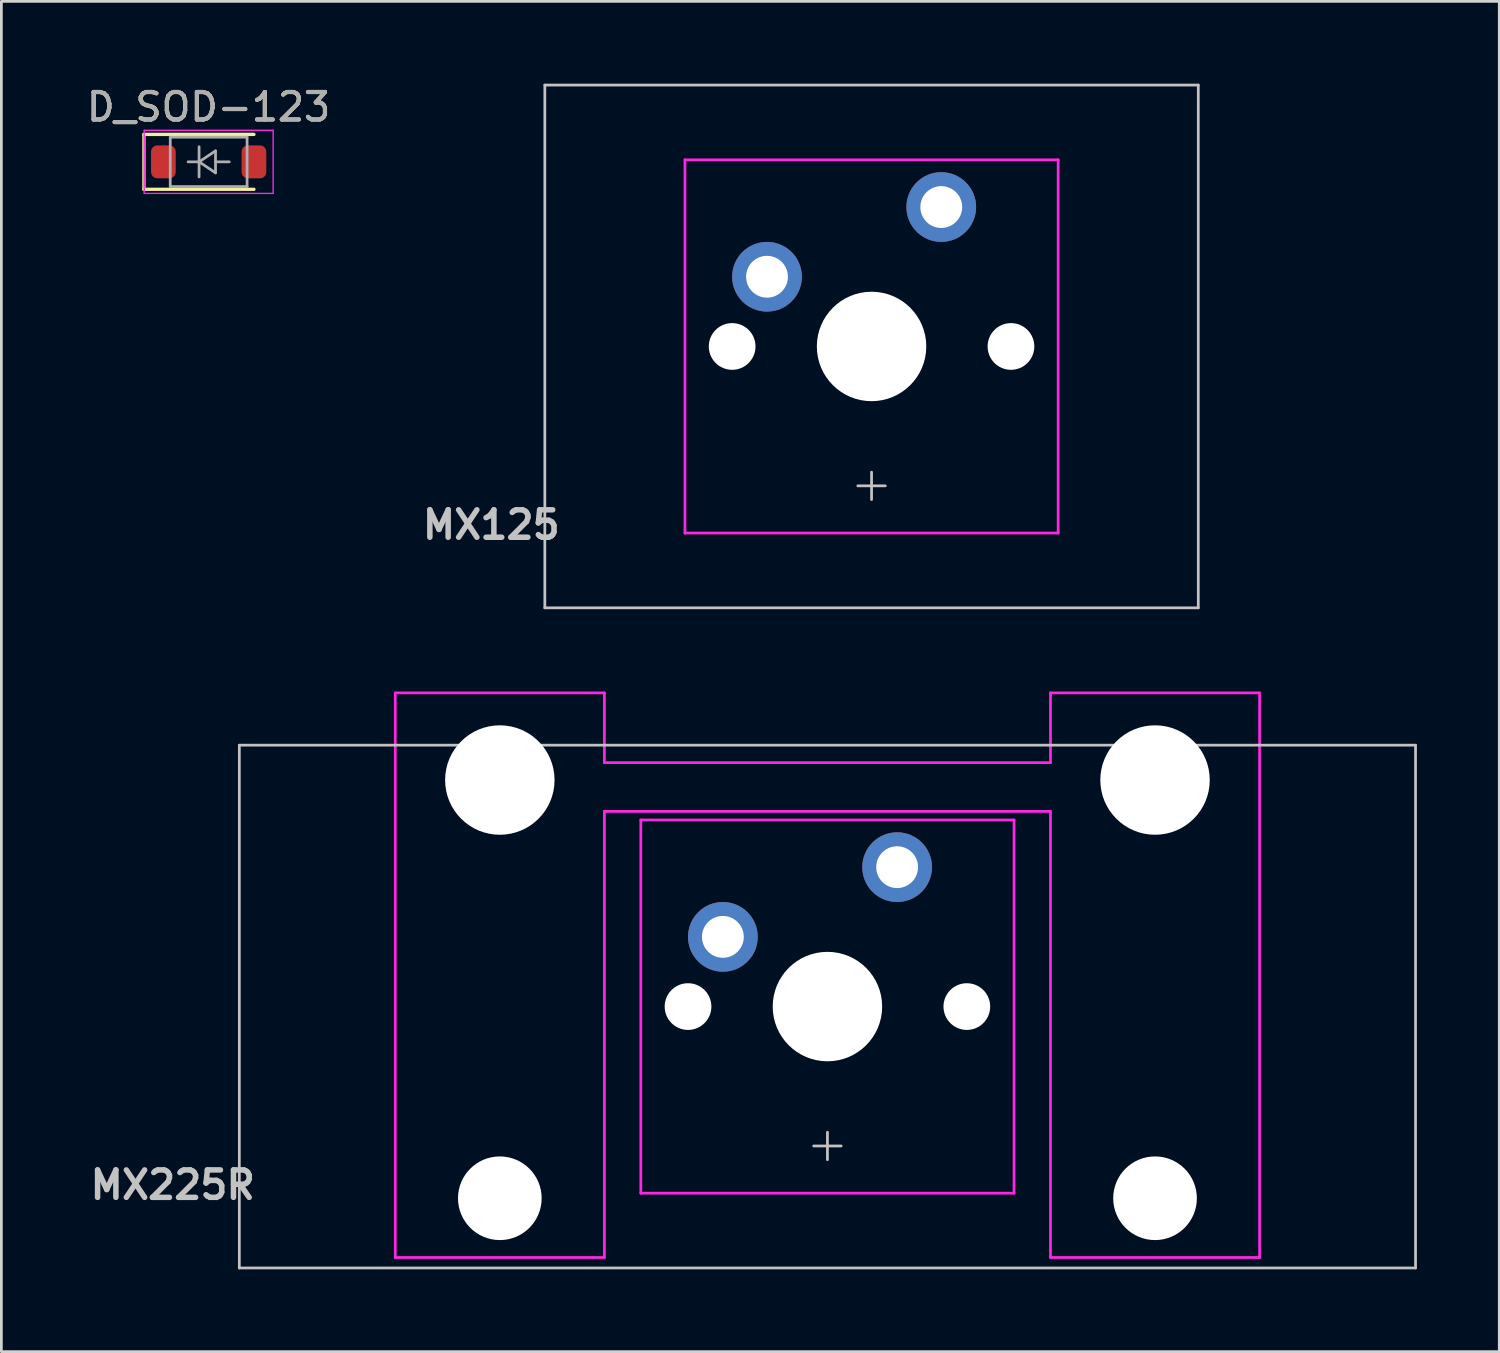
<source format=kicad_pcb>
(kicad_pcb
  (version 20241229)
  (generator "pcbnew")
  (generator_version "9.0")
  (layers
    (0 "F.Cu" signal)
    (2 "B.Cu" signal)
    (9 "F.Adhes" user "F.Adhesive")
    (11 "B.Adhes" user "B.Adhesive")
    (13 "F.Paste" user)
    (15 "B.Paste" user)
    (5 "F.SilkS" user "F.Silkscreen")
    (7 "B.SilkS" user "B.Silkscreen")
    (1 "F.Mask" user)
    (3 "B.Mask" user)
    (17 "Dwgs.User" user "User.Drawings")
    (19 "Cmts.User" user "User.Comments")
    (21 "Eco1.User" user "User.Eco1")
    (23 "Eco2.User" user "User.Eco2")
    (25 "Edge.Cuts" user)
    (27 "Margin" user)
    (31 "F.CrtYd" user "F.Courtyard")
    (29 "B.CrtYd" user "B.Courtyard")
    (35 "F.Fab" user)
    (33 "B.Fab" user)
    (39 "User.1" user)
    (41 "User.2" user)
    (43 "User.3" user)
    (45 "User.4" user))
  (footprint "MX225R"
    (layer "F.Cu")
    (at 27.102 33.63)
    (property "Reference" "MX225R" (at -20.75 6.5 0) (layer "Dwgs.User") (effects (font (size 1 1) (thickness 0.2)) (justify right)))
    (attr through_hole)
    (fp_line (start -21.431 -9.525) (end -21.431 9.525) (stroke (width 0.1) (type solid)) (layer "Dwgs.User"))
    (fp_line (start 0 5.58) (end 0 4.58) (stroke (width 0.1) (type solid)) (layer "Dwgs.User"))
    (fp_line (start 0.5 5.08) (end -0.5 5.08) (stroke (width 0.1) (type solid)) (layer "Dwgs.User"))
    (fp_line (start 21.431 -9.525) (end -21.431 -9.525) (stroke (width 0.1) (type solid)) (layer "Dwgs.User"))
    (fp_line (start 21.431 -9.525) (end 21.431 9.525) (stroke (width 0.1) (type solid)) (layer "Dwgs.User"))
    (fp_line (start 21.431 9.525) (end -21.431 9.525) (stroke (width 0.1) (type solid)) (layer "Dwgs.User"))
    (fp_line (start -15.438 5.485) (end -15.438 -8.515) (stroke (width 0.1) (type solid)) (layer "Eco1.User"))
    (fp_line (start -14.938 5.985) (end -8.938 5.985) (stroke (width 0.1) (type solid)) (layer "Eco1.User"))
    (fp_line (start -8.938 -9.015) (end -14.938 -9.015) (stroke (width 0.1) (type solid)) (layer "Eco1.User"))
    (fp_line (start -8.438 -8.515) (end -8.438 5.485) (stroke (width 0.1) (type solid)) (layer "Eco1.User"))
    (fp_line (start -7 6.5) (end -7 -6.5) (stroke (width 0.1) (type solid)) (layer "Eco1.User"))
    (fp_line (start -6.5 -7) (end 6.5 -7) (stroke (width 0.1) (type solid)) (layer "Eco1.User"))
    (fp_line (start 6.5 7) (end -6.5 7) (stroke (width 0.1) (type solid)) (layer "Eco1.User"))
    (fp_line (start 7 -6.5) (end 7 6.5) (stroke (width 0.1) (type solid)) (layer "Eco1.User"))
    (fp_line (start 8.438 5.485) (end 8.438 -8.515) (stroke (width 0.1) (type solid)) (layer "Eco1.User"))
    (fp_line (start 8.938 5.985) (end 14.938 5.985) (stroke (width 0.1) (type solid)) (layer "Eco1.User"))
    (fp_line (start 14.938 -9.015) (end 8.938 -9.015) (stroke (width 0.1) (type solid)) (layer "Eco1.User"))
    (fp_line (start 15.438 -8.515) (end 15.438 5.485) (stroke (width 0.1) (type solid)) (layer "Eco1.User"))
    (fp_arc (start -15.438 -8.515) (mid -15.291553 -8.868553) (end -14.938 -9.015) (stroke (width 0.1) (type solid)) (layer "Eco1.User"))
    (fp_arc (start -14.938 5.985) (mid -15.291553 5.838553) (end -15.438 5.485) (stroke (width 0.1) (type solid)) (layer "Eco1.User"))
    (fp_arc (start -8.938 -9.015) (mid -8.584447 -8.868553) (end -8.438 -8.515) (stroke (width 0.1) (type solid)) (layer "Eco1.User"))
    (fp_arc (start -8.438 5.485) (mid -8.584447 5.838553) (end -8.938 5.985) (stroke (width 0.1) (type solid)) (layer "Eco1.User"))
    (fp_arc (start -7 -6.5) (mid -6.853553 -6.853553) (end -6.5 -7) (stroke (width 0.1) (type solid)) (layer "Eco1.User"))
    (fp_arc (start -6.5 7) (mid -6.853553 6.853553) (end -7 6.5) (stroke (width 0.1) (type solid)) (layer "Eco1.User"))
    (fp_arc (start 6.5 -7) (mid 6.853553 -6.853553) (end 7 -6.5) (stroke (width 0.1) (type solid)) (layer "Eco1.User"))
    (fp_arc (start 7 6.5) (mid 6.853553 6.853553) (end 6.5 7) (stroke (width 0.1) (type solid)) (layer "Eco1.User"))
    (fp_arc (start 8.438 -8.515) (mid 8.584447 -8.868553) (end 8.938 -9.015) (stroke (width 0.1) (type solid)) (layer "Eco1.User"))
    (fp_arc (start 8.938 5.985) (mid 8.584447 5.838553) (end 8.438 5.485) (stroke (width 0.1) (type solid)) (layer "Eco1.User"))
    (fp_arc (start 14.938 -9.015) (mid 15.291553 -8.868553) (end 15.438 -8.515) (stroke (width 0.1) (type solid)) (layer "Eco1.User"))
    (fp_arc (start 15.438 5.485) (mid 15.291553 5.838553) (end 14.938 5.985) (stroke (width 0.1) (type solid)) (layer "Eco1.User"))
    (fp_line (start -15.748 -11.43) (end -15.748 9.144) (stroke (width 0.1) (type solid)) (layer "F.CrtYd"))
    (fp_line (start -15.748 9.144) (end -8.128 9.144) (stroke (width 0.1) (type solid)) (layer "F.CrtYd"))
    (fp_line (start -8.128 -11.43) (end -15.748 -11.43) (stroke (width 0.1) (type solid)) (layer "F.CrtYd"))
    (fp_line (start -8.128 -11.43) (end -8.128 -8.89) (stroke (width 0.1) (type solid)) (layer "F.CrtYd"))
    (fp_line (start -8.128 -8.89) (end 8.128 -8.89) (stroke (width 0.1) (type solid)) (layer "F.CrtYd"))
    (fp_line (start -8.128 -7.112) (end 8.128 -7.112) (stroke (width 0.1) (type solid)) (layer "F.CrtYd"))
    (fp_line (start -8.128 9.144) (end -8.128 -7.112) (stroke (width 0.1) (type solid)) (layer "F.CrtYd"))
    (fp_line (start -6.8 -6.8) (end 6.8 -6.8) (stroke (width 0.1) (type solid)) (layer "F.CrtYd"))
    (fp_line (start -6.8 6.8) (end -6.8 -6.8) (stroke (width 0.1) (type solid)) (layer "F.CrtYd"))
    (fp_line (start -6.8 6.8) (end 6.8 6.8) (stroke (width 0.1) (type solid)) (layer "F.CrtYd"))
    (fp_line (start 6.8 6.8) (end 6.8 -6.8) (stroke (width 0.1) (type solid)) (layer "F.CrtYd"))
    (fp_line (start 8.128 -11.43) (end 8.128 -8.89) (stroke (width 0.1) (type solid)) (layer "F.CrtYd"))
    (fp_line (start 8.128 9.144) (end 8.128 -7.112) (stroke (width 0.1) (type solid)) (layer "F.CrtYd"))
    (fp_line (start 8.128 9.144) (end 15.748 9.144) (stroke (width 0.1) (type solid)) (layer "F.CrtYd"))
    (fp_line (start 15.748 -11.43) (end 8.128 -11.43) (stroke (width 0.1) (type solid)) (layer "F.CrtYd"))
    (fp_line (start 15.748 9.144) (end 15.748 -11.43) (stroke (width 0.1) (type solid)) (layer "F.CrtYd"))
    (pad "" np_thru_hole circle (at -11.938 -8.255 180) (size 3.988 3.988) (drill 3.988) (layers "*.Cu" "*.Mask"))
    (pad "" np_thru_hole circle (at -11.938 6.985 180) (size 3.048 3.048) (drill 3.048) (layers "*.Cu" "*.Mask"))
    (pad "" np_thru_hole circle (at -5.08 0) (size 1.702 1.702) (drill 1.702) (layers "*.Cu" "*.Mask"))
    (pad "" np_thru_hole circle (at 0 0) (size 3.988 3.988) (drill 3.988) (layers "*.Cu" "*.Mask"))
    (pad "" np_thru_hole circle (at 5.08 0) (size 1.702 1.702) (drill 1.702) (layers "*.Cu" "*.Mask"))
    (pad "" np_thru_hole circle (at 11.938 -8.255 180) (size 3.988 3.988) (drill 3.988) (layers "*.Cu" "*.Mask"))
    (pad "" np_thru_hole circle (at 11.938 6.985 180) (size 3.048 3.048) (drill 3.048) (layers "*.Cu" "*.Mask"))
    (pad "1" thru_hole circle (at 2.54 -5.08) (size 2.54 2.54) (drill 1.524) (layers "*.Cu" "*.Mask"))
    (pad "2" thru_hole circle (at -3.81 -2.54) (size 2.54 2.54) (drill 1.524) (layers "*.Cu" "*.Mask")))
  (footprint "D_SOD-123"
    (layer "F.Cu")
    (at 4.554 2.848)
    (property "Reference" "D_SOD-123" (at 0 -2 0) (layer "F.SilkS") (effects (font (size 1 1) (thickness 0.15))))
    (attr smd)
    (fp_line (start -2.36 -1) (end -2.36 1) (stroke (width 0.12) (type solid)) (layer "F.SilkS"))
    (fp_line (start -2.36 -1) (end 1.65 -1) (stroke (width 0.12) (type solid)) (layer "F.SilkS"))
    (fp_line (start -2.36 1) (end 1.65 1) (stroke (width 0.12) (type solid)) (layer "F.SilkS"))
    (fp_line (start -2.35 -1.15) (end -2.35 1.15) (stroke (width 0.05) (type solid)) (layer "F.CrtYd"))
    (fp_line (start -2.35 -1.15) (end 2.35 -1.15) (stroke (width 0.05) (type solid)) (layer "F.CrtYd"))
    (fp_line (start 2.35 -1.15) (end 2.35 1.15) (stroke (width 0.05) (type solid)) (layer "F.CrtYd"))
    (fp_line (start 2.35 1.15) (end -2.35 1.15) (stroke (width 0.05) (type solid)) (layer "F.CrtYd"))
    (fp_line (start -1.4 -0.9) (end 1.4 -0.9) (stroke (width 0.1) (type solid)) (layer "F.Fab"))
    (fp_line (start -1.4 0.9) (end -1.4 -0.9) (stroke (width 0.1) (type solid)) (layer "F.Fab"))
    (fp_line (start -0.75 0) (end -0.35 0) (stroke (width 0.1) (type solid)) (layer "F.Fab"))
    (fp_line (start -0.35 0) (end -0.35 -0.55) (stroke (width 0.1) (type solid)) (layer "F.Fab"))
    (fp_line (start -0.35 0) (end -0.35 0.55) (stroke (width 0.1) (type solid)) (layer "F.Fab"))
    (fp_line (start -0.35 0) (end 0.25 -0.4) (stroke (width 0.1) (type solid)) (layer "F.Fab"))
    (fp_line (start 0.25 -0.4) (end 0.25 0.4) (stroke (width 0.1) (type solid)) (layer "F.Fab"))
    (fp_line (start 0.25 0) (end 0.75 0) (stroke (width 0.1) (type solid)) (layer "F.Fab"))
    (fp_line (start 0.25 0.4) (end -0.35 0) (stroke (width 0.1) (type solid)) (layer "F.Fab"))
    (fp_line (start 1.4 -0.9) (end 1.4 0.9) (stroke (width 0.1) (type solid)) (layer "F.Fab"))
    (fp_line (start 1.4 0.9) (end -1.4 0.9) (stroke (width 0.1) (type solid)) (layer "F.Fab"))
    (fp_text user "${REFERENCE}" (at 0 -2 0) (layer "F.Fab") (effects (font (size 1 1) (thickness 0.15))))
    (pad "1" smd roundrect (at -1.65 0 180) (size 0.9 1.2) (layers "F.Cu" "F.Mask" "F.Paste") (roundrect_rratio 0.25))
    (pad "2" smd roundrect (at 1.65 0 180) (size 0.9 1.2) (layers "F.Cu" "F.Mask" "F.Paste") (roundrect_rratio 0.25)))
  (footprint "MX125"
    (layer "F.Cu")
    (at 28.71 9.575)
    (property "Reference" "MX125" (at -11.25 6.5 0) (layer "Dwgs.User") (effects (font (size 1 1) (thickness 0.2)) (justify right)))
    (attr through_hole)
    (fp_line (start -11.906 -9.525) (end -11.906 9.525) (stroke (width 0.1) (type solid)) (layer "Dwgs.User"))
    (fp_line (start 0 4.58) (end 0 5.58) (stroke (width 0.1) (type solid)) (layer "Dwgs.User"))
    (fp_line (start 0.5 5.08) (end -0.5 5.08) (stroke (width 0.1) (type solid)) (layer "Dwgs.User"))
    (fp_line (start 11.906 -9.525) (end -11.906 -9.525) (stroke (width 0.1) (type solid)) (layer "Dwgs.User"))
    (fp_line (start 11.906 -9.525) (end 11.906 9.525) (stroke (width 0.1) (type solid)) (layer "Dwgs.User"))
    (fp_line (start 11.906 9.525) (end -11.906 9.525) (stroke (width 0.1) (type solid)) (layer "Dwgs.User"))
    (fp_line (start -7 6.5) (end -7 -6.5) (stroke (width 0.1) (type solid)) (layer "Eco1.User"))
    (fp_line (start -6.5 -7) (end 6.5 -7) (stroke (width 0.1) (type solid)) (layer "Eco1.User"))
    (fp_line (start 6.5 7) (end -6.5 7) (stroke (width 0.1) (type solid)) (layer "Eco1.User"))
    (fp_line (start 7 -6.5) (end 7 6.5) (stroke (width 0.1) (type solid)) (layer "Eco1.User"))
    (fp_arc (start -7 -6.5) (mid -6.853553 -6.853553) (end -6.5 -7) (stroke (width 0.1) (type solid)) (layer "Eco1.User"))
    (fp_arc (start -6.5 7) (mid -6.853553 6.853553) (end -7 6.5) (stroke (width 0.1) (type solid)) (layer "Eco1.User"))
    (fp_arc (start 6.5 -7) (mid 6.853553 -6.853553) (end 7 -6.5) (stroke (width 0.1) (type solid)) (layer "Eco1.User"))
    (fp_arc (start 7 6.5) (mid 6.853553 6.853553) (end 6.5 7) (stroke (width 0.1) (type solid)) (layer "Eco1.User"))
    (fp_line (start -6.8 6.8) (end -6.8 -6.8) (stroke (width 0.1) (type solid)) (layer "F.CrtYd"))
    (fp_line (start 6.8 -6.8) (end -6.8 -6.8) (stroke (width 0.1) (type solid)) (layer "F.CrtYd"))
    (fp_line (start 6.8 -6.8) (end 6.8 6.8) (stroke (width 0.1) (type solid)) (layer "F.CrtYd"))
    (fp_line (start 6.8 6.8) (end -6.8 6.8) (stroke (width 0.1) (type solid)) (layer "F.CrtYd"))
    (pad "" np_thru_hole circle (at -5.08 0) (size 1.702 1.702) (drill 1.702) (layers "*.Cu" "*.Mask"))
    (pad "" np_thru_hole circle (at 0 0) (size 3.988 3.988) (drill 3.988) (layers "*.Cu" "*.Mask"))
    (pad "" np_thru_hole circle (at 5.08 0) (size 1.702 1.702) (drill 1.702) (layers "*.Cu" "*.Mask"))
    (pad "1" thru_hole circle (at 2.54 -5.08) (size 2.54 2.54) (drill 1.524) (layers "*.Cu" "*.Mask"))
    (pad "2" thru_hole circle (at -3.81 -2.54) (size 2.54 2.54) (drill 1.524) (layers "*.Cu" "*.Mask")))
  (gr_rect
    (start -3 -3)
    (end 51.584 46.205)
    (stroke (width 0.1) (type default))
    (fill no)
    (layer "Edge.Cuts")))
</source>
